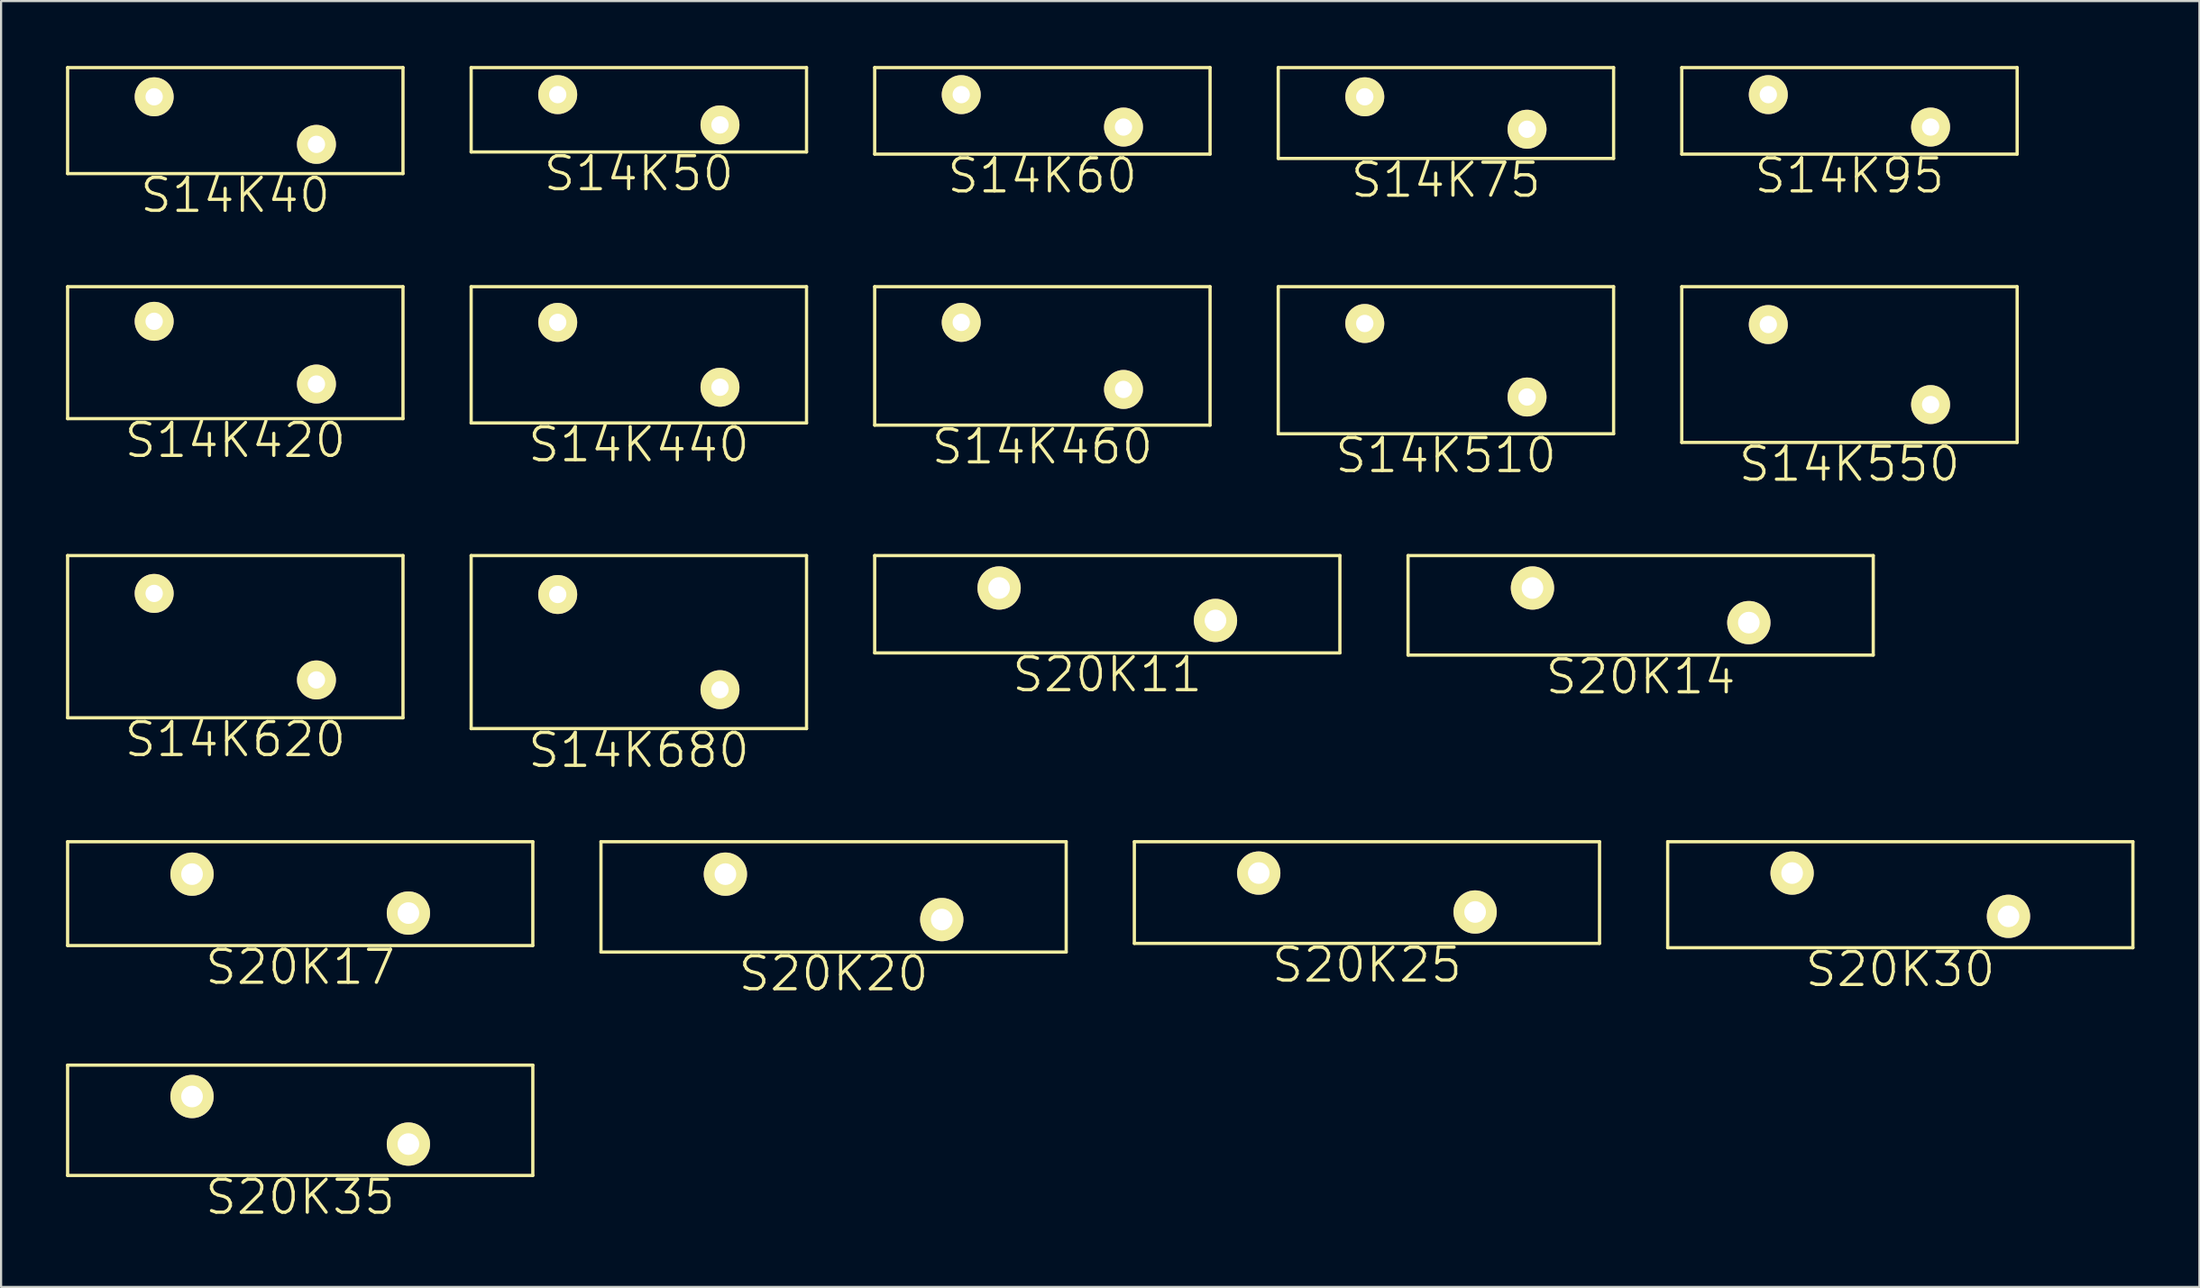
<source format=kicad_pcb>
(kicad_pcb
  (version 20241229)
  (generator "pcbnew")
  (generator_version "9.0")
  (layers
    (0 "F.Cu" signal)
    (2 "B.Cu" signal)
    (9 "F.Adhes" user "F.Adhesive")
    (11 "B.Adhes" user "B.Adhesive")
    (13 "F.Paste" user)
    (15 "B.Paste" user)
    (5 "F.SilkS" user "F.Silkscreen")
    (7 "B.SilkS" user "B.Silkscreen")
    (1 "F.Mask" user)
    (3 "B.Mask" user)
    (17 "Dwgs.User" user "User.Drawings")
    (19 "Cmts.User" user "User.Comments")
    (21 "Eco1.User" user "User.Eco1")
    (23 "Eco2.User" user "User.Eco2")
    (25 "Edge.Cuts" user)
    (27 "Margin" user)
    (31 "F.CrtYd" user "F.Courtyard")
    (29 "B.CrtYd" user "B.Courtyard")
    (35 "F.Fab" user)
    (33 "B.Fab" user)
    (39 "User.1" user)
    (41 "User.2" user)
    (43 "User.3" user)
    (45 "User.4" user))
  (footprint "S14K680"
    (layer "F.Cu")
    (at 22.725 24.435)
    (property "Reference" "S14K680" (at 3.75 7.2 0) (layer "F.SilkS") (effects (font (size 1.524 1.524) (thickness 0.15))))
    (attr through_hole)
    (fp_line (start -4 -1.8) (end -4 6.2) (stroke (width 0.15) (type solid)) (layer "F.SilkS"))
    (fp_line (start -4 -1.8) (end 11.5 -1.8) (stroke (width 0.15) (type solid)) (layer "F.SilkS"))
    (fp_line (start -4 6.2) (end 11.5 6.2) (stroke (width 0.15) (type solid)) (layer "F.SilkS"))
    (fp_line (start 11.5 -1.8) (end 11.5 6.2) (stroke (width 0.15) (type solid)) (layer "F.SilkS"))
    (pad "1" thru_hole circle (at 0 0) (size 1.8 1.8) (drill 0.8) (layers "*.Cu" "*.Mask" "F.SilkS"))
    (pad "2" thru_hole circle (at 7.5 4.4) (size 1.8 1.8) (drill 0.8) (layers "*.Cu" "*.Mask" "F.SilkS")))
  (footprint "S20K11"
    (layer "F.Cu")
    (at 43.125 24.135)
    (property "Reference" "S20K11" (at 5 4 0) (layer "F.SilkS") (effects (font (size 1.524 1.524) (thickness 0.15))))
    (attr through_hole)
    (fp_line (start -5.75 -1.5) (end -5.75 3) (stroke (width 0.15) (type solid)) (layer "F.SilkS"))
    (fp_line (start -5.75 -1.5) (end 15.75 -1.5) (stroke (width 0.15) (type solid)) (layer "F.SilkS"))
    (fp_line (start -5.75 3) (end 15.75 3) (stroke (width 0.15) (type solid)) (layer "F.SilkS"))
    (fp_line (start 15.75 -1.5) (end 15.75 3) (stroke (width 0.15) (type solid)) (layer "F.SilkS"))
    (pad "1" thru_hole circle (at 0 0) (size 2 2) (drill 1) (layers "*.Cu" "*.Mask" "F.SilkS"))
    (pad "2" thru_hole circle (at 10 1.5) (size 2 2) (drill 1) (layers "*.Cu" "*.Mask" "F.SilkS")))
  (footprint "S14K95"
    (layer "F.Cu")
    (at 78.675 1.325)
    (property "Reference" "S14K95" (at 3.75 3.75 0) (layer "F.SilkS") (effects (font (size 1.524 1.524) (thickness 0.15))))
    (attr through_hole)
    (fp_line (start -4 -1.25) (end -4 2.75) (stroke (width 0.15) (type solid)) (layer "F.SilkS"))
    (fp_line (start -4 -1.25) (end 11.5 -1.25) (stroke (width 0.15) (type solid)) (layer "F.SilkS"))
    (fp_line (start -4 2.75) (end 11.5 2.75) (stroke (width 0.15) (type solid)) (layer "F.SilkS"))
    (fp_line (start 11.5 -1.25) (end 11.5 2.75) (stroke (width 0.15) (type solid)) (layer "F.SilkS"))
    (pad "1" thru_hole circle (at 0 0) (size 1.8 1.8) (drill 0.8) (layers "*.Cu" "*.Mask" "F.SilkS"))
    (pad "2" thru_hole circle (at 7.5 1.5) (size 1.8 1.8) (drill 0.8) (layers "*.Cu" "*.Mask" "F.SilkS")))
  (footprint "S14K420"
    (layer "F.Cu")
    (at 4.075 11.805)
    (property "Reference" "S14K420" (at 3.75 5.5 0) (layer "F.SilkS") (effects (font (size 1.524 1.524) (thickness 0.15))))
    (attr through_hole)
    (fp_line (start -4 -1.6) (end -4 4.5) (stroke (width 0.15) (type solid)) (layer "F.SilkS"))
    (fp_line (start -4 -1.6) (end 11.5 -1.6) (stroke (width 0.15) (type solid)) (layer "F.SilkS"))
    (fp_line (start -4 4.5) (end 11.5 4.5) (stroke (width 0.15) (type solid)) (layer "F.SilkS"))
    (fp_line (start 11.5 -1.6) (end 11.5 4.5) (stroke (width 0.15) (type solid)) (layer "F.SilkS"))
    (pad "1" thru_hole circle (at 0 0) (size 1.8 1.8) (drill 0.8) (layers "*.Cu" "*.Mask" "F.SilkS"))
    (pad "2" thru_hole circle (at 7.5 2.9) (size 1.8 1.8) (drill 0.8) (layers "*.Cu" "*.Mask" "F.SilkS")))
  (footprint "S14K460"
    (layer "F.Cu")
    (at 41.375 11.855)
    (property "Reference" "S14K460" (at 3.75 5.75 0) (layer "F.SilkS") (effects (font (size 1.524 1.524) (thickness 0.15))))
    (attr through_hole)
    (fp_line (start -4 -1.65) (end -4 4.75) (stroke (width 0.15) (type solid)) (layer "F.SilkS"))
    (fp_line (start -4 -1.65) (end 11.5 -1.65) (stroke (width 0.15) (type solid)) (layer "F.SilkS"))
    (fp_line (start -4 4.75) (end 11.5 4.75) (stroke (width 0.15) (type solid)) (layer "F.SilkS"))
    (fp_line (start 11.5 -1.65) (end 11.5 4.75) (stroke (width 0.15) (type solid)) (layer "F.SilkS"))
    (pad "1" thru_hole circle (at 0 0) (size 1.8 1.8) (drill 0.8) (layers "*.Cu" "*.Mask" "F.SilkS"))
    (pad "2" thru_hole circle (at 7.5 3.1) (size 1.8 1.8) (drill 0.8) (layers "*.Cu" "*.Mask" "F.SilkS")))
  (footprint "S14K75"
    (layer "F.Cu")
    (at 60.025 1.425)
    (property "Reference" "S14K75" (at 3.75 3.85 0) (layer "F.SilkS") (effects (font (size 1.524 1.524) (thickness 0.15))))
    (attr through_hole)
    (fp_line (start -4 -1.35) (end -4 2.85) (stroke (width 0.15) (type solid)) (layer "F.SilkS"))
    (fp_line (start -4 -1.35) (end 11.5 -1.35) (stroke (width 0.15) (type solid)) (layer "F.SilkS"))
    (fp_line (start -4 2.85) (end 11.5 2.85) (stroke (width 0.15) (type solid)) (layer "F.SilkS"))
    (fp_line (start 11.5 -1.35) (end 11.5 2.85) (stroke (width 0.15) (type solid)) (layer "F.SilkS"))
    (pad "1" thru_hole circle (at 0 0) (size 1.8 1.8) (drill 0.8) (layers "*.Cu" "*.Mask" "F.SilkS"))
    (pad "2" thru_hole circle (at 7.5 1.5) (size 1.8 1.8) (drill 0.8) (layers "*.Cu" "*.Mask" "F.SilkS")))
  (footprint "S14K60"
    (layer "F.Cu")
    (at 41.375 1.325)
    (property "Reference" "S14K60" (at 3.75 3.75 0) (layer "F.SilkS") (effects (font (size 1.524 1.524) (thickness 0.15))))
    (attr through_hole)
    (fp_line (start -4 -1.25) (end -4 2.75) (stroke (width 0.15) (type solid)) (layer "F.SilkS"))
    (fp_line (start -4 -1.25) (end 11.5 -1.25) (stroke (width 0.15) (type solid)) (layer "F.SilkS"))
    (fp_line (start -4 2.75) (end 11.5 2.75) (stroke (width 0.15) (type solid)) (layer "F.SilkS"))
    (fp_line (start 11.5 -1.25) (end 11.5 2.75) (stroke (width 0.15) (type solid)) (layer "F.SilkS"))
    (pad "1" thru_hole circle (at 0 0) (size 1.8 1.8) (drill 0.8) (layers "*.Cu" "*.Mask" "F.SilkS"))
    (pad "2" thru_hole circle (at 7.5 1.5) (size 1.8 1.8) (drill 0.8) (layers "*.Cu" "*.Mask" "F.SilkS")))
  (footprint "S20K30"
    (layer "F.Cu")
    (at 79.775 37.314)
    (property "Reference" "S20K30" (at 5 4.45 0) (layer "F.SilkS") (effects (font (size 1.524 1.524) (thickness 0.15))))
    (attr through_hole)
    (fp_line (start -5.75 -1.45) (end -5.75 3.45) (stroke (width 0.15) (type solid)) (layer "F.SilkS"))
    (fp_line (start -5.75 -1.45) (end 15.75 -1.45) (stroke (width 0.15) (type solid)) (layer "F.SilkS"))
    (fp_line (start -5.75 3.45) (end 15.75 3.45) (stroke (width 0.15) (type solid)) (layer "F.SilkS"))
    (fp_line (start 15.75 -1.45) (end 15.75 3.45) (stroke (width 0.15) (type solid)) (layer "F.SilkS"))
    (pad "1" thru_hole circle (at 0 0) (size 2 2) (drill 1) (layers "*.Cu" "*.Mask" "F.SilkS"))
    (pad "2" thru_hole circle (at 10 2) (size 2 2) (drill 1) (layers "*.Cu" "*.Mask" "F.SilkS")))
  (footprint "S20K17"
    (layer "F.Cu")
    (at 5.825 37.364)
    (property "Reference" "S20K17" (at 5 4.3 0) (layer "F.SilkS") (effects (font (size 1.524 1.524) (thickness 0.15))))
    (attr through_hole)
    (fp_line (start -5.75 -1.5) (end -5.75 3.3) (stroke (width 0.15) (type solid)) (layer "F.SilkS"))
    (fp_line (start -5.75 -1.5) (end 15.75 -1.5) (stroke (width 0.15) (type solid)) (layer "F.SilkS"))
    (fp_line (start -5.75 3.3) (end 15.75 3.3) (stroke (width 0.15) (type solid)) (layer "F.SilkS"))
    (fp_line (start 15.75 -1.5) (end 15.75 3.3) (stroke (width 0.15) (type solid)) (layer "F.SilkS"))
    (pad "1" thru_hole circle (at 0 0) (size 2 2) (drill 1) (layers "*.Cu" "*.Mask" "F.SilkS"))
    (pad "2" thru_hole circle (at 10 1.8) (size 2 2) (drill 1) (layers "*.Cu" "*.Mask" "F.SilkS")))
  (footprint "S14K440"
    (layer "F.Cu")
    (at 22.725 11.855)
    (property "Reference" "S14K440" (at 3.75 5.65 0) (layer "F.SilkS") (effects (font (size 1.524 1.524) (thickness 0.15))))
    (attr through_hole)
    (fp_line (start -4 -1.65) (end -4 4.65) (stroke (width 0.15) (type solid)) (layer "F.SilkS"))
    (fp_line (start -4 -1.65) (end 11.5 -1.65) (stroke (width 0.15) (type solid)) (layer "F.SilkS"))
    (fp_line (start -4 4.65) (end 11.5 4.65) (stroke (width 0.15) (type solid)) (layer "F.SilkS"))
    (fp_line (start 11.5 -1.65) (end 11.5 4.65) (stroke (width 0.15) (type solid)) (layer "F.SilkS"))
    (pad "1" thru_hole circle (at 0 0) (size 1.8 1.8) (drill 0.8) (layers "*.Cu" "*.Mask" "F.SilkS"))
    (pad "2" thru_hole circle (at 7.5 3) (size 1.8 1.8) (drill 0.8) (layers "*.Cu" "*.Mask" "F.SilkS")))
  (footprint "S20K35"
    (layer "F.Cu")
    (at 5.825 47.644)
    (property "Reference" "S20K35" (at 5 4.65 0) (layer "F.SilkS") (effects (font (size 1.524 1.524) (thickness 0.15))))
    (attr through_hole)
    (fp_line (start -5.75 -1.45) (end -5.75 3.65) (stroke (width 0.15) (type solid)) (layer "F.SilkS"))
    (fp_line (start -5.75 -1.45) (end 15.75 -1.45) (stroke (width 0.15) (type solid)) (layer "F.SilkS"))
    (fp_line (start -5.75 3.65) (end 15.75 3.65) (stroke (width 0.15) (type solid)) (layer "F.SilkS"))
    (fp_line (start 15.75 -1.45) (end 15.75 3.65) (stroke (width 0.15) (type solid)) (layer "F.SilkS"))
    (pad "1" thru_hole circle (at 0 0) (size 2 2) (drill 1) (layers "*.Cu" "*.Mask" "F.SilkS"))
    (pad "2" thru_hole circle (at 10 2.2) (size 2 2) (drill 1) (layers "*.Cu" "*.Mask" "F.SilkS")))
  (footprint "S14K550"
    (layer "F.Cu")
    (at 78.675 11.955)
    (property "Reference" "S14K550" (at 3.75 6.45 0) (layer "F.SilkS") (effects (font (size 1.524 1.524) (thickness 0.15))))
    (attr through_hole)
    (fp_line (start -4 -1.75) (end -4 5.45) (stroke (width 0.15) (type solid)) (layer "F.SilkS"))
    (fp_line (start -4 -1.75) (end 11.5 -1.75) (stroke (width 0.15) (type solid)) (layer "F.SilkS"))
    (fp_line (start -4 5.45) (end 11.5 5.45) (stroke (width 0.15) (type solid)) (layer "F.SilkS"))
    (fp_line (start 11.5 -1.75) (end 11.5 5.45) (stroke (width 0.15) (type solid)) (layer "F.SilkS"))
    (pad "1" thru_hole circle (at 0 0) (size 1.8 1.8) (drill 0.8) (layers "*.Cu" "*.Mask" "F.SilkS"))
    (pad "2" thru_hole circle (at 7.5 3.7) (size 1.8 1.8) (drill 0.8) (layers "*.Cu" "*.Mask" "F.SilkS")))
  (footprint "S14K40"
    (layer "F.Cu")
    (at 4.075 1.425)
    (property "Reference" "S14K40" (at 3.75 4.55 0) (layer "F.SilkS") (effects (font (size 1.524 1.524) (thickness 0.15))))
    (attr through_hole)
    (fp_line (start -4 -1.35) (end -4 3.55) (stroke (width 0.15) (type solid)) (layer "F.SilkS"))
    (fp_line (start -4 -1.35) (end 11.5 -1.35) (stroke (width 0.15) (type solid)) (layer "F.SilkS"))
    (fp_line (start -4 3.55) (end 11.5 3.55) (stroke (width 0.15) (type solid)) (layer "F.SilkS"))
    (fp_line (start 11.5 -1.35) (end 11.5 3.55) (stroke (width 0.15) (type solid)) (layer "F.SilkS"))
    (pad "1" thru_hole circle (at 0 0) (size 1.8 1.8) (drill 0.8) (layers "*.Cu" "*.Mask" "F.SilkS"))
    (pad "2" thru_hole circle (at 7.5 2.2) (size 1.8 1.8) (drill 0.8) (layers "*.Cu" "*.Mask" "F.SilkS")))
  (footprint "S20K20"
    (layer "F.Cu")
    (at 30.475 37.364)
    (property "Reference" "S20K20" (at 5 4.6 0) (layer "F.SilkS") (effects (font (size 1.524 1.524) (thickness 0.15))))
    (attr through_hole)
    (fp_line (start -5.75 -1.5) (end -5.75 3.6) (stroke (width 0.15) (type solid)) (layer "F.SilkS"))
    (fp_line (start -5.75 -1.5) (end 15.75 -1.5) (stroke (width 0.15) (type solid)) (layer "F.SilkS"))
    (fp_line (start -5.75 3.6) (end 15.75 3.6) (stroke (width 0.15) (type solid)) (layer "F.SilkS"))
    (fp_line (start 15.75 -1.5) (end 15.75 3.6) (stroke (width 0.15) (type solid)) (layer "F.SilkS"))
    (pad "1" thru_hole circle (at 0 0) (size 2 2) (drill 1) (layers "*.Cu" "*.Mask" "F.SilkS"))
    (pad "2" thru_hole circle (at 10 2.1) (size 2 2) (drill 1) (layers "*.Cu" "*.Mask" "F.SilkS")))
  (footprint "S20K25"
    (layer "F.Cu")
    (at 55.125 37.314)
    (property "Reference" "S20K25" (at 5 4.25 0) (layer "F.SilkS") (effects (font (size 1.524 1.524) (thickness 0.15))))
    (attr through_hole)
    (fp_line (start -5.75 -1.45) (end -5.75 3.25) (stroke (width 0.15) (type solid)) (layer "F.SilkS"))
    (fp_line (start -5.75 -1.45) (end 15.75 -1.45) (stroke (width 0.15) (type solid)) (layer "F.SilkS"))
    (fp_line (start -5.75 3.25) (end 15.75 3.25) (stroke (width 0.15) (type solid)) (layer "F.SilkS"))
    (fp_line (start 15.75 -1.45) (end 15.75 3.25) (stroke (width 0.15) (type solid)) (layer "F.SilkS"))
    (pad "1" thru_hole circle (at 0 0) (size 2 2) (drill 1) (layers "*.Cu" "*.Mask" "F.SilkS"))
    (pad "2" thru_hole circle (at 10 1.8) (size 2 2) (drill 1) (layers "*.Cu" "*.Mask" "F.SilkS")))
  (footprint "S20K14"
    (layer "F.Cu")
    (at 67.775 24.135)
    (property "Reference" "S20K14" (at 5 4.1 0) (layer "F.SilkS") (effects (font (size 1.524 1.524) (thickness 0.15))))
    (attr through_hole)
    (fp_line (start -5.75 -1.5) (end -5.75 3.1) (stroke (width 0.15) (type solid)) (layer "F.SilkS"))
    (fp_line (start -5.75 -1.5) (end 15.75 -1.5) (stroke (width 0.15) (type solid)) (layer "F.SilkS"))
    (fp_line (start -5.75 3.1) (end 15.75 3.1) (stroke (width 0.15) (type solid)) (layer "F.SilkS"))
    (fp_line (start 15.75 -1.5) (end 15.75 3.1) (stroke (width 0.15) (type solid)) (layer "F.SilkS"))
    (pad "1" thru_hole circle (at 0 0) (size 2 2) (drill 1) (layers "*.Cu" "*.Mask" "F.SilkS"))
    (pad "2" thru_hole circle (at 10 1.6) (size 2 2) (drill 1) (layers "*.Cu" "*.Mask" "F.SilkS")))
  (footprint "S14K510"
    (layer "F.Cu")
    (at 60.025 11.905)
    (property "Reference" "S14K510" (at 3.75 6.1 0) (layer "F.SilkS") (effects (font (size 1.524 1.524) (thickness 0.15))))
    (attr through_hole)
    (fp_line (start -4 -1.7) (end -4 5.1) (stroke (width 0.15) (type solid)) (layer "F.SilkS"))
    (fp_line (start -4 -1.7) (end 11.5 -1.7) (stroke (width 0.15) (type solid)) (layer "F.SilkS"))
    (fp_line (start -4 5.1) (end 11.5 5.1) (stroke (width 0.15) (type solid)) (layer "F.SilkS"))
    (fp_line (start 11.5 -1.7) (end 11.5 5.1) (stroke (width 0.15) (type solid)) (layer "F.SilkS"))
    (pad "1" thru_hole circle (at 0 0) (size 1.8 1.8) (drill 0.8) (layers "*.Cu" "*.Mask" "F.SilkS"))
    (pad "2" thru_hole circle (at 7.5 3.4) (size 1.8 1.8) (drill 0.8) (layers "*.Cu" "*.Mask" "F.SilkS")))
  (footprint "S14K50"
    (layer "F.Cu")
    (at 22.725 1.325)
    (property "Reference" "S14K50" (at 3.75 3.65 0) (layer "F.SilkS") (effects (font (size 1.524 1.524) (thickness 0.15))))
    (attr through_hole)
    (fp_line (start -4 -1.25) (end -4 2.65) (stroke (width 0.15) (type solid)) (layer "F.SilkS"))
    (fp_line (start -4 -1.25) (end 11.5 -1.25) (stroke (width 0.15) (type solid)) (layer "F.SilkS"))
    (fp_line (start -4 2.65) (end 11.5 2.65) (stroke (width 0.15) (type solid)) (layer "F.SilkS"))
    (fp_line (start 11.5 -1.25) (end 11.5 2.65) (stroke (width 0.15) (type solid)) (layer "F.SilkS"))
    (pad "1" thru_hole circle (at 0 0) (size 1.8 1.8) (drill 0.8) (layers "*.Cu" "*.Mask" "F.SilkS"))
    (pad "2" thru_hole circle (at 7.5 1.4) (size 1.8 1.8) (drill 0.8) (layers "*.Cu" "*.Mask" "F.SilkS")))
  (footprint "S14K620"
    (layer "F.Cu")
    (at 4.075 24.385)
    (property "Reference" "S14K620" (at 3.75 6.75 0) (layer "F.SilkS") (effects (font (size 1.524 1.524) (thickness 0.15))))
    (attr through_hole)
    (fp_line (start -4 -1.75) (end -4 5.75) (stroke (width 0.15) (type solid)) (layer "F.SilkS"))
    (fp_line (start -4 -1.75) (end 11.5 -1.75) (stroke (width 0.15) (type solid)) (layer "F.SilkS"))
    (fp_line (start -4 5.75) (end 11.5 5.75) (stroke (width 0.15) (type solid)) (layer "F.SilkS"))
    (fp_line (start 11.5 -1.75) (end 11.5 5.75) (stroke (width 0.15) (type solid)) (layer "F.SilkS"))
    (pad "1" thru_hole circle (at 0 0) (size 1.8 1.8) (drill 0.8) (layers "*.Cu" "*.Mask" "F.SilkS"))
    (pad "2" thru_hole circle (at 7.5 4) (size 1.8 1.8) (drill 0.8) (layers "*.Cu" "*.Mask" "F.SilkS")))
  (gr_rect
    (start -3 -3)
    (end 98.6 56.449)
    (stroke (width 0.1) (type default))
    (fill no)
    (layer "Edge.Cuts")))
</source>
